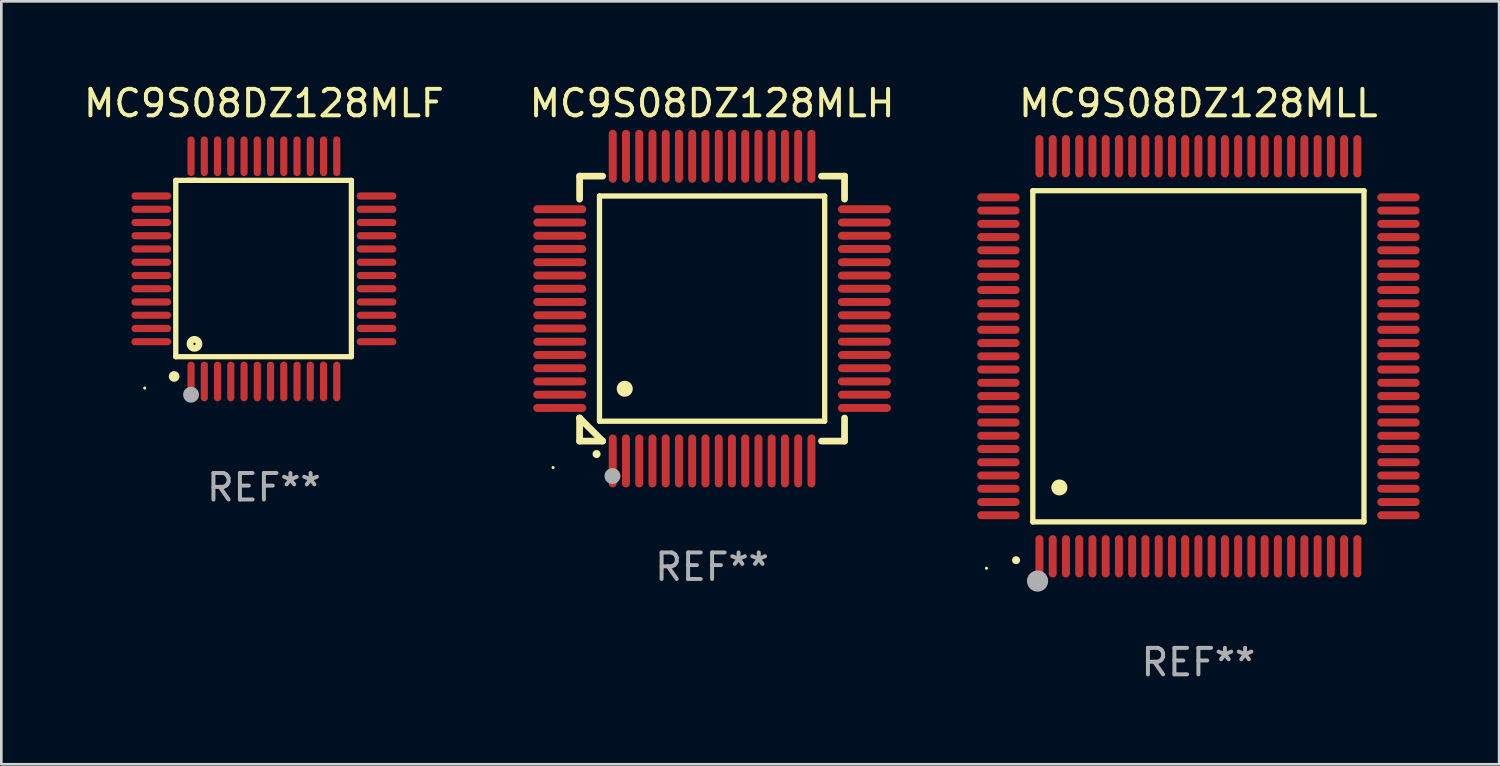
<source format=kicad_pcb>
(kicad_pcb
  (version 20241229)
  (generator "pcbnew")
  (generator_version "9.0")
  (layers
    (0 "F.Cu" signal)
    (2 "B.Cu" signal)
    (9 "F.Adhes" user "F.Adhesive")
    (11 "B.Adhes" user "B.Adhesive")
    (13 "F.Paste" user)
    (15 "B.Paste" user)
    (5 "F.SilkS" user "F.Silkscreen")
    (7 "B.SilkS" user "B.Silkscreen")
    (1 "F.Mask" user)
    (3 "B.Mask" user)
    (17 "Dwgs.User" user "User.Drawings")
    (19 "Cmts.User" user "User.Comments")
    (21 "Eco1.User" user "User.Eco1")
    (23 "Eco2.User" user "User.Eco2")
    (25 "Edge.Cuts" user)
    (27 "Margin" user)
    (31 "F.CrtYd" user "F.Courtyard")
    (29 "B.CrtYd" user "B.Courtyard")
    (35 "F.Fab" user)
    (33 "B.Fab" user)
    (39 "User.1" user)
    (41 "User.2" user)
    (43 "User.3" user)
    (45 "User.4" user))
  (footprint "MC9S08DZ128MLL"
    (layer "F.Cu")
    (at 42.183 10.398)
    (property "Reference" "MC9S08DZ128MLL" (at 0 -9.55 0) (layer "F.SilkS") (effects (font (size 1 1) (thickness 0.15))))
    (attr through_hole)
    (fp_line (start -6.25 -6.25) (end -6.25 6.25) (stroke (width 0.2) (type solid)) (layer "F.SilkS"))
    (fp_line (start -6.25 6.25) (end 6.25 6.25) (stroke (width 0.2) (type solid)) (layer "F.SilkS"))
    (fp_line (start 6.25 -6.25) (end -6.25 -6.25) (stroke (width 0.2) (type solid)) (layer "F.SilkS"))
    (fp_line (start 6.25 6.25) (end 6.25 -6.25) (stroke (width 0.2) (type solid)) (layer "F.SilkS"))
    (fp_arc (start -6.883414 7.696215) (mid -6.882144 7.69621) (end -6.880874 7.696215) (stroke (width 0.3) (type solid)) (layer "F.SilkS"))
    (fp_arc (start -5.250191 4.95047) (mid -5.247651 4.950459) (end -5.245111 4.95047) (stroke (width 0.6) (type solid)) (layer "F.SilkS"))
    (fp_circle (center -8 8) (end -7.97 8) (stroke (width 0.06) (type solid)) (fill no) (layer "F.SilkS"))
    (fp_circle (center -6.071 8.484) (end -5.871 8.484) (stroke (width 0.4) (type solid)) (fill no) (layer "F.Fab"))
    (fp_text user "REF**" (at 0 11.55 0) (layer "F.Fab") (effects (font (size 1 1) (thickness 0.15))))
    (pad "1" smd oval (at -6 7.55) (size 0.3 1.6) (layers "F.Cu" "F.Mask" "F.Paste"))
    (pad "2" smd oval (at -5.5 7.55) (size 0.3 1.6) (layers "F.Cu" "F.Mask" "F.Paste"))
    (pad "3" smd oval (at -5 7.55) (size 0.3 1.6) (layers "F.Cu" "F.Mask" "F.Paste"))
    (pad "4" smd oval (at -4.5 7.55) (size 0.3 1.6) (layers "F.Cu" "F.Mask" "F.Paste"))
    (pad "5" smd oval (at -4 7.55) (size 0.3 1.6) (layers "F.Cu" "F.Mask" "F.Paste"))
    (pad "6" smd oval (at -3.5 7.55) (size 0.3 1.6) (layers "F.Cu" "F.Mask" "F.Paste"))
    (pad "7" smd oval (at -3 7.55) (size 0.3 1.6) (layers "F.Cu" "F.Mask" "F.Paste"))
    (pad "8" smd oval (at -2.5 7.55) (size 0.3 1.6) (layers "F.Cu" "F.Mask" "F.Paste"))
    (pad "9" smd oval (at -2 7.55) (size 0.3 1.6) (layers "F.Cu" "F.Mask" "F.Paste"))
    (pad "10" smd oval (at -1.5 7.55) (size 0.3 1.6) (layers "F.Cu" "F.Mask" "F.Paste"))
    (pad "11" smd oval (at -1 7.55) (size 0.3 1.6) (layers "F.Cu" "F.Mask" "F.Paste"))
    (pad "12" smd oval (at -0.5 7.55) (size 0.3 1.6) (layers "F.Cu" "F.Mask" "F.Paste"))
    (pad "13" smd oval (at 0 7.55) (size 0.3 1.6) (layers "F.Cu" "F.Mask" "F.Paste"))
    (pad "14" smd oval (at 0.5 7.55) (size 0.3 1.6) (layers "F.Cu" "F.Mask" "F.Paste"))
    (pad "15" smd oval (at 1 7.55) (size 0.3 1.6) (layers "F.Cu" "F.Mask" "F.Paste"))
    (pad "16" smd oval (at 1.5 7.55) (size 0.3 1.6) (layers "F.Cu" "F.Mask" "F.Paste"))
    (pad "17" smd oval (at 2 7.55) (size 0.3 1.6) (layers "F.Cu" "F.Mask" "F.Paste"))
    (pad "18" smd oval (at 2.5 7.55) (size 0.3 1.6) (layers "F.Cu" "F.Mask" "F.Paste"))
    (pad "19" smd oval (at 3 7.55) (size 0.3 1.6) (layers "F.Cu" "F.Mask" "F.Paste"))
    (pad "20" smd oval (at 3.5 7.55) (size 0.3 1.6) (layers "F.Cu" "F.Mask" "F.Paste"))
    (pad "21" smd oval (at 4 7.55) (size 0.3 1.6) (layers "F.Cu" "F.Mask" "F.Paste"))
    (pad "22" smd oval (at 4.5 7.55) (size 0.3 1.6) (layers "F.Cu" "F.Mask" "F.Paste"))
    (pad "23" smd oval (at 5 7.55) (size 0.3 1.6) (layers "F.Cu" "F.Mask" "F.Paste"))
    (pad "24" smd oval (at 5.5 7.55) (size 0.3 1.6) (layers "F.Cu" "F.Mask" "F.Paste"))
    (pad "25" smd oval (at 6 7.55) (size 0.3 1.6) (layers "F.Cu" "F.Mask" "F.Paste"))
    (pad "26" smd oval (at 7.55 6) (size 1.6 0.3) (layers "F.Cu" "F.Mask" "F.Paste"))
    (pad "27" smd oval (at 7.55 5.5) (size 1.6 0.3) (layers "F.Cu" "F.Mask" "F.Paste"))
    (pad "28" smd oval (at 7.55 5) (size 1.6 0.3) (layers "F.Cu" "F.Mask" "F.Paste"))
    (pad "29" smd oval (at 7.55 4.5) (size 1.6 0.3) (layers "F.Cu" "F.Mask" "F.Paste"))
    (pad "30" smd oval (at 7.55 4) (size 1.6 0.3) (layers "F.Cu" "F.Mask" "F.Paste"))
    (pad "31" smd oval (at 7.55 3.5) (size 1.6 0.3) (layers "F.Cu" "F.Mask" "F.Paste"))
    (pad "32" smd oval (at 7.55 3) (size 1.6 0.3) (layers "F.Cu" "F.Mask" "F.Paste"))
    (pad "33" smd oval (at 7.55 2.5) (size 1.6 0.3) (layers "F.Cu" "F.Mask" "F.Paste"))
    (pad "34" smd oval (at 7.55 2) (size 1.6 0.3) (layers "F.Cu" "F.Mask" "F.Paste"))
    (pad "35" smd oval (at 7.55 1.5) (size 1.6 0.3) (layers "F.Cu" "F.Mask" "F.Paste"))
    (pad "36" smd oval (at 7.55 1) (size 1.6 0.3) (layers "F.Cu" "F.Mask" "F.Paste"))
    (pad "37" smd oval (at 7.55 0.5) (size 1.6 0.3) (layers "F.Cu" "F.Mask" "F.Paste"))
    (pad "38" smd oval (at 7.55 0) (size 1.6 0.3) (layers "F.Cu" "F.Mask" "F.Paste"))
    (pad "39" smd oval (at 7.55 -0.5) (size 1.6 0.3) (layers "F.Cu" "F.Mask" "F.Paste"))
    (pad "40" smd oval (at 7.55 -1) (size 1.6 0.3) (layers "F.Cu" "F.Mask" "F.Paste"))
    (pad "41" smd oval (at 7.55 -1.5) (size 1.6 0.3) (layers "F.Cu" "F.Mask" "F.Paste"))
    (pad "42" smd oval (at 7.55 -2) (size 1.6 0.3) (layers "F.Cu" "F.Mask" "F.Paste"))
    (pad "43" smd oval (at 7.55 -2.5) (size 1.6 0.3) (layers "F.Cu" "F.Mask" "F.Paste"))
    (pad "44" smd oval (at 7.55 -3) (size 1.6 0.3) (layers "F.Cu" "F.Mask" "F.Paste"))
    (pad "45" smd oval (at 7.55 -3.5) (size 1.6 0.3) (layers "F.Cu" "F.Mask" "F.Paste"))
    (pad "46" smd oval (at 7.55 -4) (size 1.6 0.3) (layers "F.Cu" "F.Mask" "F.Paste"))
    (pad "47" smd oval (at 7.55 -4.5) (size 1.6 0.3) (layers "F.Cu" "F.Mask" "F.Paste"))
    (pad "48" smd oval (at 7.55 -5) (size 1.6 0.3) (layers "F.Cu" "F.Mask" "F.Paste"))
    (pad "49" smd oval (at 7.55 -5.5) (size 1.6 0.3) (layers "F.Cu" "F.Mask" "F.Paste"))
    (pad "50" smd oval (at 7.55 -6) (size 1.6 0.3) (layers "F.Cu" "F.Mask" "F.Paste"))
    (pad "51" smd oval (at 6 -7.55) (size 0.3 1.6) (layers "F.Cu" "F.Mask" "F.Paste"))
    (pad "52" smd oval (at 5.5 -7.55) (size 0.3 1.6) (layers "F.Cu" "F.Mask" "F.Paste"))
    (pad "53" smd oval (at 5 -7.55) (size 0.3 1.6) (layers "F.Cu" "F.Mask" "F.Paste"))
    (pad "54" smd oval (at 4.5 -7.55) (size 0.3 1.6) (layers "F.Cu" "F.Mask" "F.Paste"))
    (pad "55" smd oval (at 4 -7.55) (size 0.3 1.6) (layers "F.Cu" "F.Mask" "F.Paste"))
    (pad "56" smd oval (at 3.5 -7.55) (size 0.3 1.6) (layers "F.Cu" "F.Mask" "F.Paste"))
    (pad "57" smd oval (at 3 -7.55) (size 0.3 1.6) (layers "F.Cu" "F.Mask" "F.Paste"))
    (pad "58" smd oval (at 2.5 -7.55) (size 0.3 1.6) (layers "F.Cu" "F.Mask" "F.Paste"))
    (pad "59" smd oval (at 2 -7.55) (size 0.3 1.6) (layers "F.Cu" "F.Mask" "F.Paste"))
    (pad "60" smd oval (at 1.5 -7.55) (size 0.3 1.6) (layers "F.Cu" "F.Mask" "F.Paste"))
    (pad "61" smd oval (at 1 -7.55) (size 0.3 1.6) (layers "F.Cu" "F.Mask" "F.Paste"))
    (pad "62" smd oval (at 0.5 -7.55) (size 0.3 1.6) (layers "F.Cu" "F.Mask" "F.Paste"))
    (pad "63" smd oval (at 0 -7.55) (size 0.3 1.6) (layers "F.Cu" "F.Mask" "F.Paste"))
    (pad "64" smd oval (at -0.5 -7.55) (size 0.3 1.6) (layers "F.Cu" "F.Mask" "F.Paste"))
    (pad "65" smd oval (at -1 -7.55) (size 0.3 1.6) (layers "F.Cu" "F.Mask" "F.Paste"))
    (pad "66" smd oval (at -1.5 -7.55) (size 0.3 1.6) (layers "F.Cu" "F.Mask" "F.Paste"))
    (pad "67" smd oval (at -2 -7.55) (size 0.3 1.6) (layers "F.Cu" "F.Mask" "F.Paste"))
    (pad "68" smd oval (at -2.5 -7.55) (size 0.3 1.6) (layers "F.Cu" "F.Mask" "F.Paste"))
    (pad "69" smd oval (at -3 -7.55) (size 0.3 1.6) (layers "F.Cu" "F.Mask" "F.Paste"))
    (pad "70" smd oval (at -3.5 -7.55) (size 0.3 1.6) (layers "F.Cu" "F.Mask" "F.Paste"))
    (pad "71" smd oval (at -4 -7.55) (size 0.3 1.6) (layers "F.Cu" "F.Mask" "F.Paste"))
    (pad "72" smd oval (at -4.5 -7.55) (size 0.3 1.6) (layers "F.Cu" "F.Mask" "F.Paste"))
    (pad "73" smd oval (at -5 -7.55) (size 0.3 1.6) (layers "F.Cu" "F.Mask" "F.Paste"))
    (pad "74" smd oval (at -5.5 -7.55) (size 0.3 1.6) (layers "F.Cu" "F.Mask" "F.Paste"))
    (pad "75" smd oval (at -6 -7.55) (size 0.3 1.6) (layers "F.Cu" "F.Mask" "F.Paste"))
    (pad "76" smd oval (at -7.55 -6) (size 1.6 0.3) (layers "F.Cu" "F.Mask" "F.Paste"))
    (pad "77" smd oval (at -7.55 -5.5) (size 1.6 0.3) (layers "F.Cu" "F.Mask" "F.Paste"))
    (pad "78" smd oval (at -7.55 -5) (size 1.6 0.3) (layers "F.Cu" "F.Mask" "F.Paste"))
    (pad "79" smd oval (at -7.55 -4.5) (size 1.6 0.3) (layers "F.Cu" "F.Mask" "F.Paste"))
    (pad "80" smd oval (at -7.55 -4) (size 1.6 0.3) (layers "F.Cu" "F.Mask" "F.Paste"))
    (pad "81" smd oval (at -7.55 -3.5) (size 1.6 0.3) (layers "F.Cu" "F.Mask" "F.Paste"))
    (pad "82" smd oval (at -7.55 -3) (size 1.6 0.3) (layers "F.Cu" "F.Mask" "F.Paste"))
    (pad "83" smd oval (at -7.55 -2.5) (size 1.6 0.3) (layers "F.Cu" "F.Mask" "F.Paste"))
    (pad "84" smd oval (at -7.55 -2) (size 1.6 0.3) (layers "F.Cu" "F.Mask" "F.Paste"))
    (pad "85" smd oval (at -7.55 -1.5) (size 1.6 0.3) (layers "F.Cu" "F.Mask" "F.Paste"))
    (pad "86" smd oval (at -7.55 -1) (size 1.6 0.3) (layers "F.Cu" "F.Mask" "F.Paste"))
    (pad "87" smd oval (at -7.55 -0.5) (size 1.6 0.3) (layers "F.Cu" "F.Mask" "F.Paste"))
    (pad "88" smd oval (at -7.55 0) (size 1.6 0.3) (layers "F.Cu" "F.Mask" "F.Paste"))
    (pad "89" smd oval (at -7.55 0.5) (size 1.6 0.3) (layers "F.Cu" "F.Mask" "F.Paste"))
    (pad "90" smd oval (at -7.55 1) (size 1.6 0.3) (layers "F.Cu" "F.Mask" "F.Paste"))
    (pad "91" smd oval (at -7.55 1.5) (size 1.6 0.3) (layers "F.Cu" "F.Mask" "F.Paste"))
    (pad "92" smd oval (at -7.55 2) (size 1.6 0.3) (layers "F.Cu" "F.Mask" "F.Paste"))
    (pad "93" smd oval (at -7.55 2.5) (size 1.6 0.3) (layers "F.Cu" "F.Mask" "F.Paste"))
    (pad "94" smd oval (at -7.55 3) (size 1.6 0.3) (layers "F.Cu" "F.Mask" "F.Paste"))
    (pad "95" smd oval (at -7.55 3.5) (size 1.6 0.3) (layers "F.Cu" "F.Mask" "F.Paste"))
    (pad "96" smd oval (at -7.55 4) (size 1.6 0.3) (layers "F.Cu" "F.Mask" "F.Paste"))
    (pad "97" smd oval (at -7.55 4.5) (size 1.6 0.3) (layers "F.Cu" "F.Mask" "F.Paste"))
    (pad "98" smd oval (at -7.55 5) (size 1.6 0.3) (layers "F.Cu" "F.Mask" "F.Paste"))
    (pad "99" smd oval (at -7.55 5.5) (size 1.6 0.3) (layers "F.Cu" "F.Mask" "F.Paste"))
    (pad "100" smd oval (at -7.55 6) (size 1.6 0.3) (layers "F.Cu" "F.Mask" "F.Paste")))
  (footprint "MC9S08DZ128MLF"
    (layer "F.Cu")
    (at 6.911 7.098)
    (property "Reference" "MC9S08DZ128MLF" (at 0 -6.25 0) (layer "F.SilkS") (effects (font (size 1 1) (thickness 0.15))))
    (attr through_hole)
    (fp_line (start -3.327 -3.34) (end -2.565 -3.34) (stroke (width 0.2) (type solid)) (layer "F.SilkS"))
    (fp_line (start -3.327 3.315) (end -3.327 -3.34) (stroke (width 0.2) (type solid)) (layer "F.SilkS"))
    (fp_line (start -2.896 -3.34) (end 3.302 -3.34) (stroke (width 0.2) (type solid)) (layer "F.SilkS"))
    (fp_line (start 3.302 -3.34) (end 3.302 3.315) (stroke (width 0.2) (type solid)) (layer "F.SilkS"))
    (fp_line (start 3.302 3.315) (end -3.327 3.315) (stroke (width 0.2) (type solid)) (layer "F.SilkS"))
    (fp_arc (start -3.389992 4.059995) (mid -3.388722 4.059991) (end -3.387452 4.059995) (stroke (width 0.4) (type solid)) (layer "F.SilkS"))
    (fp_circle (center -4.5 4.5) (end -4.47 4.5) (stroke (width 0.06) (type solid)) (fill no) (layer "F.SilkS"))
    (fp_circle (center -2.62 2.83) (end -2.45 2.83) (stroke (width 0.254) (type solid)) (fill no) (layer "F.SilkS"))
    (fp_circle (center -2.75 4.75) (end -2.6 4.75) (stroke (width 0.3) (type solid)) (fill no) (layer "F.Fab"))
    (fp_text user "REF**" (at 0 8.25 0) (layer "F.Fab") (effects (font (size 1 1) (thickness 0.15))))
    (pad "1" smd oval (at -2.75 4.25) (size 0.27 1.5) (layers "F.Cu" "F.Mask" "F.Paste"))
    (pad "2" smd oval (at -2.25 4.25) (size 0.27 1.5) (layers "F.Cu" "F.Mask" "F.Paste"))
    (pad "3" smd oval (at -1.75 4.25) (size 0.27 1.5) (layers "F.Cu" "F.Mask" "F.Paste"))
    (pad "4" smd oval (at -1.25 4.25) (size 0.27 1.5) (layers "F.Cu" "F.Mask" "F.Paste"))
    (pad "5" smd oval (at -0.75 4.25) (size 0.27 1.5) (layers "F.Cu" "F.Mask" "F.Paste"))
    (pad "6" smd oval (at -0.25 4.25) (size 0.27 1.5) (layers "F.Cu" "F.Mask" "F.Paste"))
    (pad "7" smd oval (at 0.25 4.25) (size 0.27 1.5) (layers "F.Cu" "F.Mask" "F.Paste"))
    (pad "8" smd oval (at 0.75 4.25) (size 0.27 1.5) (layers "F.Cu" "F.Mask" "F.Paste"))
    (pad "9" smd oval (at 1.25 4.25) (size 0.27 1.5) (layers "F.Cu" "F.Mask" "F.Paste"))
    (pad "10" smd oval (at 1.75 4.25) (size 0.27 1.5) (layers "F.Cu" "F.Mask" "F.Paste"))
    (pad "11" smd oval (at 2.25 4.25) (size 0.27 1.5) (layers "F.Cu" "F.Mask" "F.Paste"))
    (pad "12" smd oval (at 2.75 4.25) (size 0.27 1.5) (layers "F.Cu" "F.Mask" "F.Paste"))
    (pad "13" smd oval (at 4.25 2.75) (size 1.5 0.27) (layers "F.Cu" "F.Mask" "F.Paste"))
    (pad "14" smd oval (at 4.25 2.25) (size 1.5 0.27) (layers "F.Cu" "F.Mask" "F.Paste"))
    (pad "15" smd oval (at 4.25 1.75) (size 1.5 0.27) (layers "F.Cu" "F.Mask" "F.Paste"))
    (pad "16" smd oval (at 4.25 1.25) (size 1.5 0.27) (layers "F.Cu" "F.Mask" "F.Paste"))
    (pad "17" smd oval (at 4.25 0.75) (size 1.5 0.27) (layers "F.Cu" "F.Mask" "F.Paste"))
    (pad "18" smd oval (at 4.25 0.25) (size 1.5 0.27) (layers "F.Cu" "F.Mask" "F.Paste"))
    (pad "19" smd oval (at 4.25 -0.25) (size 1.5 0.27) (layers "F.Cu" "F.Mask" "F.Paste"))
    (pad "20" smd oval (at 4.25 -0.75) (size 1.5 0.27) (layers "F.Cu" "F.Mask" "F.Paste"))
    (pad "21" smd oval (at 4.25 -1.25) (size 1.5 0.27) (layers "F.Cu" "F.Mask" "F.Paste"))
    (pad "22" smd oval (at 4.25 -1.75) (size 1.5 0.27) (layers "F.Cu" "F.Mask" "F.Paste"))
    (pad "23" smd oval (at 4.25 -2.25) (size 1.5 0.27) (layers "F.Cu" "F.Mask" "F.Paste"))
    (pad "24" smd oval (at 4.25 -2.75) (size 1.5 0.27) (layers "F.Cu" "F.Mask" "F.Paste"))
    (pad "25" smd oval (at 2.75 -4.25) (size 0.27 1.5) (layers "F.Cu" "F.Mask" "F.Paste"))
    (pad "26" smd oval (at 2.25 -4.25) (size 0.27 1.5) (layers "F.Cu" "F.Mask" "F.Paste"))
    (pad "27" smd oval (at 1.75 -4.25) (size 0.27 1.5) (layers "F.Cu" "F.Mask" "F.Paste"))
    (pad "28" smd oval (at 1.25 -4.25) (size 0.27 1.5) (layers "F.Cu" "F.Mask" "F.Paste"))
    (pad "29" smd oval (at 0.75 -4.25) (size 0.27 1.5) (layers "F.Cu" "F.Mask" "F.Paste"))
    (pad "30" smd oval (at 0.25 -4.25) (size 0.27 1.5) (layers "F.Cu" "F.Mask" "F.Paste"))
    (pad "31" smd oval (at -0.25 -4.25) (size 0.27 1.5) (layers "F.Cu" "F.Mask" "F.Paste"))
    (pad "32" smd oval (at -0.75 -4.25) (size 0.27 1.5) (layers "F.Cu" "F.Mask" "F.Paste"))
    (pad "33" smd oval (at -1.25 -4.25) (size 0.27 1.5) (layers "F.Cu" "F.Mask" "F.Paste"))
    (pad "34" smd oval (at -1.75 -4.25) (size 0.27 1.5) (layers "F.Cu" "F.Mask" "F.Paste"))
    (pad "35" smd oval (at -2.25 -4.25) (size 0.27 1.5) (layers "F.Cu" "F.Mask" "F.Paste"))
    (pad "36" smd oval (at -2.75 -4.25) (size 0.27 1.5) (layers "F.Cu" "F.Mask" "F.Paste"))
    (pad "37" smd oval (at -4.25 -2.75) (size 1.5 0.27) (layers "F.Cu" "F.Mask" "F.Paste"))
    (pad "38" smd oval (at -4.25 -2.25) (size 1.5 0.27) (layers "F.Cu" "F.Mask" "F.Paste"))
    (pad "39" smd oval (at -4.25 -1.75) (size 1.5 0.27) (layers "F.Cu" "F.Mask" "F.Paste"))
    (pad "40" smd oval (at -4.25 -1.25) (size 1.5 0.27) (layers "F.Cu" "F.Mask" "F.Paste"))
    (pad "41" smd oval (at -4.25 -0.75) (size 1.5 0.27) (layers "F.Cu" "F.Mask" "F.Paste"))
    (pad "42" smd oval (at -4.25 -0.25) (size 1.5 0.27) (layers "F.Cu" "F.Mask" "F.Paste"))
    (pad "43" smd oval (at -4.25 0.25) (size 1.5 0.27) (layers "F.Cu" "F.Mask" "F.Paste"))
    (pad "44" smd oval (at -4.25 0.75) (size 1.5 0.27) (layers "F.Cu" "F.Mask" "F.Paste"))
    (pad "45" smd oval (at -4.25 1.25) (size 1.5 0.27) (layers "F.Cu" "F.Mask" "F.Paste"))
    (pad "46" smd oval (at -4.25 1.75) (size 1.5 0.27) (layers "F.Cu" "F.Mask" "F.Paste"))
    (pad "47" smd oval (at -4.25 2.25) (size 1.5 0.27) (layers "F.Cu" "F.Mask" "F.Paste"))
    (pad "48" smd oval (at -4.25 2.75) (size 1.5 0.27) (layers "F.Cu" "F.Mask" "F.Paste")))
  (footprint "MC9S08DZ128MLH"
    (layer "F.Cu")
    (at 23.827 8.598)
    (property "Reference" "MC9S08DZ128MLH" (at 0 -7.75 0) (layer "F.SilkS") (effects (font (size 1 1) (thickness 0.15))))
    (attr through_hole)
    (fp_line (start -5 -5) (end -4.131 -5) (stroke (width 0.254) (type solid)) (layer "F.SilkS"))
    (fp_line (start -5 -4.131) (end -5 -5) (stroke (width 0.254) (type solid)) (layer "F.SilkS"))
    (fp_line (start -5 4.131) (end -5 4.131) (stroke (width 0.254) (type solid)) (layer "F.SilkS"))
    (fp_line (start -5 5) (end -5 4.131) (stroke (width 0.254) (type solid)) (layer "F.SilkS"))
    (fp_line (start -5 4.131) (end -4.131 5) (stroke (width 0.254) (type solid)) (layer "F.SilkS"))
    (fp_line (start -4.25 -4.25) (end -4.25 4.25) (stroke (width 0.2) (type solid)) (layer "F.SilkS"))
    (fp_line (start -4.25 4.25) (end 4.25 4.25) (stroke (width 0.2) (type solid)) (layer "F.SilkS"))
    (fp_line (start -4.131 5) (end -5 5) (stroke (width 0.254) (type solid)) (layer "F.SilkS"))
    (fp_line (start 4.25 -4.25) (end -4.25 -4.25) (stroke (width 0.2) (type solid)) (layer "F.SilkS"))
    (fp_line (start 4.25 4.25) (end 4.25 -4.25) (stroke (width 0.2) (type solid)) (layer "F.SilkS"))
    (fp_line (start 5 -5) (end 4.131 -5) (stroke (width 0.254) (type solid)) (layer "F.SilkS"))
    (fp_line (start 5 -5) (end 5 -4.131) (stroke (width 0.254) (type solid)) (layer "F.SilkS"))
    (fp_line (start 5 4.131) (end 5 5) (stroke (width 0.254) (type solid)) (layer "F.SilkS"))
    (fp_line (start 5 5) (end 4.131 5) (stroke (width 0.254) (type solid)) (layer "F.SilkS"))
    (fp_arc (start -4.361265 5.489992) (mid -4.359995 5.489987) (end -4.358725 5.489992) (stroke (width 0.3) (type solid)) (layer "F.SilkS"))
    (fp_arc (start -3.299467 3.025146) (mid -3.296927 3.025135) (end -3.294387 3.025146) (stroke (width 0.6) (type solid)) (layer "F.SilkS"))
    (fp_circle (center -6 6) (end -5.97 6) (stroke (width 0.06) (type solid)) (fill no) (layer "F.SilkS"))
    (fp_circle (center -3.76 6.32) (end -3.61 6.32) (stroke (width 0.3) (type solid)) (fill no) (layer "F.Fab"))
    (fp_text user "REF**" (at 0 9.75 0) (layer "F.Fab") (effects (font (size 1 1) (thickness 0.15))))
    (pad "1" smd oval (at -3.75 5.75) (size 0.3 2) (layers "F.Cu" "F.Mask" "F.Paste"))
    (pad "2" smd oval (at -3.25 5.75) (size 0.3 2) (layers "F.Cu" "F.Mask" "F.Paste"))
    (pad "3" smd oval (at -2.75 5.75) (size 0.3 2) (layers "F.Cu" "F.Mask" "F.Paste"))
    (pad "4" smd oval (at -2.25 5.75) (size 0.3 2) (layers "F.Cu" "F.Mask" "F.Paste"))
    (pad "5" smd oval (at -1.75 5.75) (size 0.3 2) (layers "F.Cu" "F.Mask" "F.Paste"))
    (pad "6" smd oval (at -1.25 5.75) (size 0.3 2) (layers "F.Cu" "F.Mask" "F.Paste"))
    (pad "7" smd oval (at -0.75 5.75) (size 0.3 2) (layers "F.Cu" "F.Mask" "F.Paste"))
    (pad "8" smd oval (at -0.25 5.75) (size 0.3 2) (layers "F.Cu" "F.Mask" "F.Paste"))
    (pad "9" smd oval (at 0.25 5.75) (size 0.3 2) (layers "F.Cu" "F.Mask" "F.Paste"))
    (pad "10" smd oval (at 0.75 5.75) (size 0.3 2) (layers "F.Cu" "F.Mask" "F.Paste"))
    (pad "11" smd oval (at 1.25 5.75) (size 0.3 2) (layers "F.Cu" "F.Mask" "F.Paste"))
    (pad "12" smd oval (at 1.75 5.75) (size 0.3 2) (layers "F.Cu" "F.Mask" "F.Paste"))
    (pad "13" smd oval (at 2.25 5.75) (size 0.3 2) (layers "F.Cu" "F.Mask" "F.Paste"))
    (pad "14" smd oval (at 2.75 5.75) (size 0.3 2) (layers "F.Cu" "F.Mask" "F.Paste"))
    (pad "15" smd oval (at 3.25 5.75) (size 0.3 2) (layers "F.Cu" "F.Mask" "F.Paste"))
    (pad "16" smd oval (at 3.75 5.75) (size 0.3 2) (layers "F.Cu" "F.Mask" "F.Paste"))
    (pad "17" smd oval (at 5.75 3.75) (size 2 0.3) (layers "F.Cu" "F.Mask" "F.Paste"))
    (pad "18" smd oval (at 5.75 3.25) (size 2 0.3) (layers "F.Cu" "F.Mask" "F.Paste"))
    (pad "19" smd oval (at 5.75 2.75) (size 2 0.3) (layers "F.Cu" "F.Mask" "F.Paste"))
    (pad "20" smd oval (at 5.75 2.25) (size 2 0.3) (layers "F.Cu" "F.Mask" "F.Paste"))
    (pad "21" smd oval (at 5.75 1.75) (size 2 0.3) (layers "F.Cu" "F.Mask" "F.Paste"))
    (pad "22" smd oval (at 5.75 1.25) (size 2 0.3) (layers "F.Cu" "F.Mask" "F.Paste"))
    (pad "23" smd oval (at 5.75 0.75) (size 2 0.3) (layers "F.Cu" "F.Mask" "F.Paste"))
    (pad "24" smd oval (at 5.75 0.25) (size 2 0.3) (layers "F.Cu" "F.Mask" "F.Paste"))
    (pad "25" smd oval (at 5.75 -0.25) (size 2 0.3) (layers "F.Cu" "F.Mask" "F.Paste"))
    (pad "26" smd oval (at 5.75 -0.75) (size 2 0.3) (layers "F.Cu" "F.Mask" "F.Paste"))
    (pad "27" smd oval (at 5.75 -1.25) (size 2 0.3) (layers "F.Cu" "F.Mask" "F.Paste"))
    (pad "28" smd oval (at 5.75 -1.75) (size 2 0.3) (layers "F.Cu" "F.Mask" "F.Paste"))
    (pad "29" smd oval (at 5.75 -2.25) (size 2 0.3) (layers "F.Cu" "F.Mask" "F.Paste"))
    (pad "30" smd oval (at 5.75 -2.75) (size 2 0.3) (layers "F.Cu" "F.Mask" "F.Paste"))
    (pad "31" smd oval (at 5.75 -3.25) (size 2 0.3) (layers "F.Cu" "F.Mask" "F.Paste"))
    (pad "32" smd oval (at 5.75 -3.75) (size 2 0.3) (layers "F.Cu" "F.Mask" "F.Paste"))
    (pad "33" smd oval (at 3.75 -5.75) (size 0.3 2) (layers "F.Cu" "F.Mask" "F.Paste"))
    (pad "34" smd oval (at 3.25 -5.75) (size 0.3 2) (layers "F.Cu" "F.Mask" "F.Paste"))
    (pad "35" smd oval (at 2.75 -5.75) (size 0.3 2) (layers "F.Cu" "F.Mask" "F.Paste"))
    (pad "36" smd oval (at 2.25 -5.75) (size 0.3 2) (layers "F.Cu" "F.Mask" "F.Paste"))
    (pad "37" smd oval (at 1.75 -5.75) (size 0.3 2) (layers "F.Cu" "F.Mask" "F.Paste"))
    (pad "38" smd oval (at 1.25 -5.75) (size 0.3 2) (layers "F.Cu" "F.Mask" "F.Paste"))
    (pad "39" smd oval (at 0.75 -5.75) (size 0.3 2) (layers "F.Cu" "F.Mask" "F.Paste"))
    (pad "40" smd oval (at 0.25 -5.75) (size 0.3 2) (layers "F.Cu" "F.Mask" "F.Paste"))
    (pad "41" smd oval (at -0.25 -5.75) (size 0.3 2) (layers "F.Cu" "F.Mask" "F.Paste"))
    (pad "42" smd oval (at -0.75 -5.75) (size 0.3 2) (layers "F.Cu" "F.Mask" "F.Paste"))
    (pad "43" smd oval (at -1.25 -5.75) (size 0.3 2) (layers "F.Cu" "F.Mask" "F.Paste"))
    (pad "44" smd oval (at -1.75 -5.75) (size 0.3 2) (layers "F.Cu" "F.Mask" "F.Paste"))
    (pad "45" smd oval (at -2.25 -5.75) (size 0.3 2) (layers "F.Cu" "F.Mask" "F.Paste"))
    (pad "46" smd oval (at -2.75 -5.75) (size 0.3 2) (layers "F.Cu" "F.Mask" "F.Paste"))
    (pad "47" smd oval (at -3.25 -5.75) (size 0.3 2) (layers "F.Cu" "F.Mask" "F.Paste"))
    (pad "48" smd oval (at -3.75 -5.75) (size 0.3 2) (layers "F.Cu" "F.Mask" "F.Paste"))
    (pad "49" smd oval (at -5.75 -3.75) (size 2 0.3) (layers "F.Cu" "F.Mask" "F.Paste"))
    (pad "50" smd oval (at -5.75 -3.25) (size 2 0.3) (layers "F.Cu" "F.Mask" "F.Paste"))
    (pad "51" smd oval (at -5.75 -2.75) (size 2 0.3) (layers "F.Cu" "F.Mask" "F.Paste"))
    (pad "52" smd oval (at -5.75 -2.25) (size 2 0.3) (layers "F.Cu" "F.Mask" "F.Paste"))
    (pad "53" smd oval (at -5.75 -1.75) (size 2 0.3) (layers "F.Cu" "F.Mask" "F.Paste"))
    (pad "54" smd oval (at -5.75 -1.25) (size 2 0.3) (layers "F.Cu" "F.Mask" "F.Paste"))
    (pad "55" smd oval (at -5.75 -0.75) (size 2 0.3) (layers "F.Cu" "F.Mask" "F.Paste"))
    (pad "56" smd oval (at -5.75 -0.25) (size 2 0.3) (layers "F.Cu" "F.Mask" "F.Paste"))
    (pad "57" smd oval (at -5.75 0.25) (size 2 0.3) (layers "F.Cu" "F.Mask" "F.Paste"))
    (pad "58" smd oval (at -5.75 0.75) (size 2 0.3) (layers "F.Cu" "F.Mask" "F.Paste"))
    (pad "59" smd oval (at -5.75 1.25) (size 2 0.3) (layers "F.Cu" "F.Mask" "F.Paste"))
    (pad "60" smd oval (at -5.75 1.75) (size 2 0.3) (layers "F.Cu" "F.Mask" "F.Paste"))
    (pad "61" smd oval (at -5.75 2.25) (size 2 0.3) (layers "F.Cu" "F.Mask" "F.Paste"))
    (pad "62" smd oval (at -5.75 2.75) (size 2 0.3) (layers "F.Cu" "F.Mask" "F.Paste"))
    (pad "63" smd oval (at -5.75 3.25) (size 2 0.3) (layers "F.Cu" "F.Mask" "F.Paste"))
    (pad "64" smd oval (at -5.75 3.75) (size 2 0.3) (layers "F.Cu" "F.Mask" "F.Paste")))
  (gr_rect
    (start -3 -3)
    (end 53.533 25.796)
    (stroke (width 0.1) (type default))
    (fill no)
    (layer "Edge.Cuts")))
</source>
